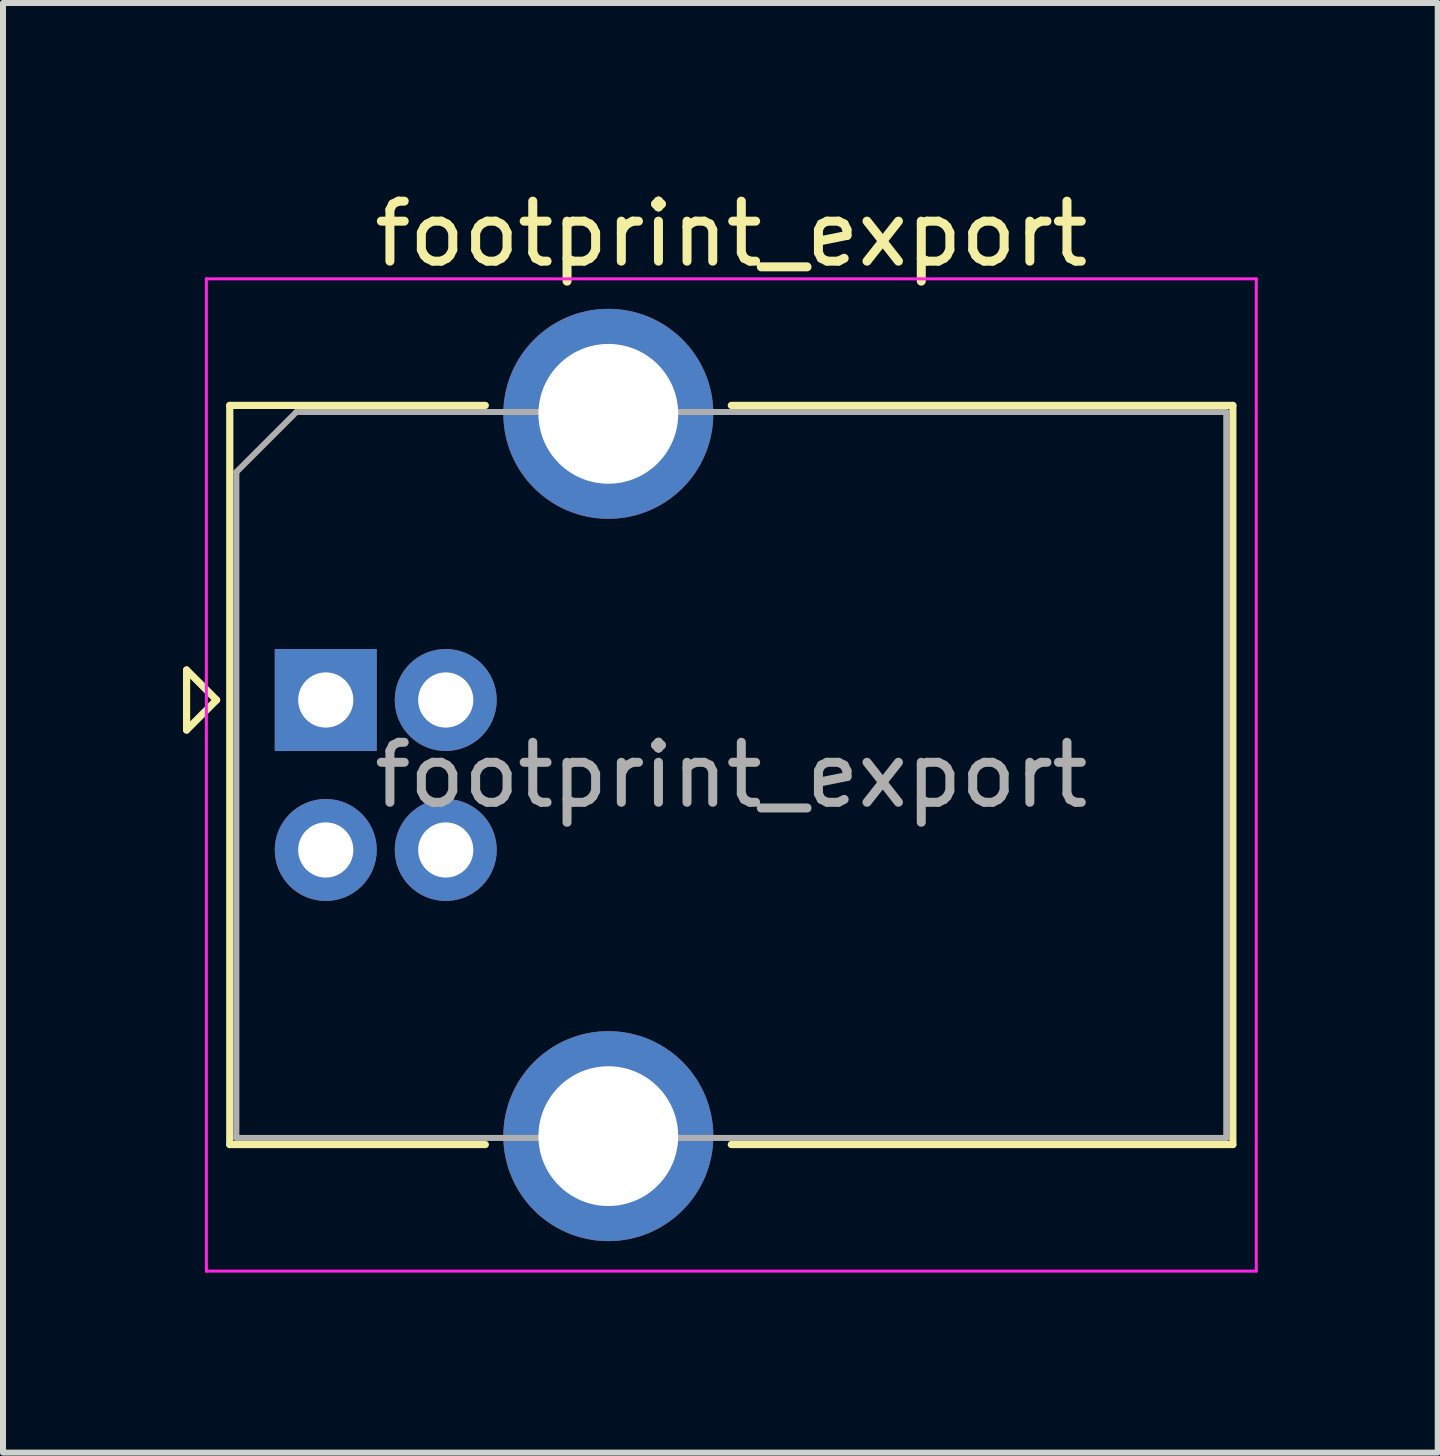
<source format=kicad_pcb>
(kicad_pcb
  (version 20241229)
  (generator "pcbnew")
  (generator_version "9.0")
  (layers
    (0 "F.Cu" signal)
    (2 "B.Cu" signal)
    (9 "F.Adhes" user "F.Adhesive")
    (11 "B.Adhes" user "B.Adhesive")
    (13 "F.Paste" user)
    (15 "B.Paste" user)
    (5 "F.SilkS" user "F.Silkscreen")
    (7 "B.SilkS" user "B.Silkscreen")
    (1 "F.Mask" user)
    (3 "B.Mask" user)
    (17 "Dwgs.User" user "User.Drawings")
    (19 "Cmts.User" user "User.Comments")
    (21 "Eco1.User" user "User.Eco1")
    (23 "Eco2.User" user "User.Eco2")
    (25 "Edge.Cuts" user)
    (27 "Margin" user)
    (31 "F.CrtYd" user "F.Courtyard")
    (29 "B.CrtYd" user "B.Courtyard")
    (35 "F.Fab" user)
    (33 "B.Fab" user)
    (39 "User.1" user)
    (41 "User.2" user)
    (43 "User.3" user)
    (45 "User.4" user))
  (footprint "footprint_export"
    (layer "F.Cu")
    (at 2.38 8.618)
    (property "Reference" "footprint_export" (at 6.76 -7.77 0) (layer "F.SilkS") (effects (font (size 1 1) (thickness 0.15))))
    (attr through_hole)
    (fp_line (start -2.32 -0.5) (end -2.32 0.5) (stroke (width 0.12) (type solid)) (layer "F.SilkS"))
    (fp_line (start -2.32 0.5) (end -1.82 0) (stroke (width 0.12) (type solid)) (layer "F.SilkS"))
    (fp_line (start -1.82 0) (end -2.32 -0.5) (stroke (width 0.12) (type solid)) (layer "F.SilkS"))
    (fp_line (start -1.6 -4.91) (end -1.6 7.41) (stroke (width 0.12) (type solid)) (layer "F.SilkS"))
    (fp_line (start -1.6 7.41) (end 2.66 7.41) (stroke (width 0.12) (type solid)) (layer "F.SilkS"))
    (fp_line (start 2.66 -4.91) (end -1.6 -4.91) (stroke (width 0.12) (type solid)) (layer "F.SilkS"))
    (fp_line (start 6.76 -4.91) (end 15.12 -4.91) (stroke (width 0.12) (type solid)) (layer "F.SilkS"))
    (fp_line (start 15.12 -4.91) (end 15.12 7.41) (stroke (width 0.12) (type solid)) (layer "F.SilkS"))
    (fp_line (start 15.12 7.41) (end 6.76 7.41) (stroke (width 0.12) (type solid)) (layer "F.SilkS"))
    (fp_line (start -1.99 -7.02) (end -1.99 9.52) (stroke (width 0.05) (type solid)) (layer "F.CrtYd"))
    (fp_line (start -1.99 9.52) (end 15.51 9.52) (stroke (width 0.05) (type solid)) (layer "F.CrtYd"))
    (fp_line (start 15.51 -7.02) (end -1.99 -7.02) (stroke (width 0.05) (type solid)) (layer "F.CrtYd"))
    (fp_line (start 15.51 9.52) (end 15.51 -7.02) (stroke (width 0.05) (type solid)) (layer "F.CrtYd"))
    (fp_line (start -1.49 -3.8) (end -0.49 -4.8) (stroke (width 0.1) (type solid)) (layer "F.Fab"))
    (fp_line (start -1.49 7.3) (end -1.49 -3.8) (stroke (width 0.1) (type solid)) (layer "F.Fab"))
    (fp_line (start -0.49 -4.8) (end 15.01 -4.8) (stroke (width 0.1) (type solid)) (layer "F.Fab"))
    (fp_line (start 15.01 -4.8) (end 15.01 7.3) (stroke (width 0.1) (type solid)) (layer "F.Fab"))
    (fp_line (start 15.01 7.3) (end -1.49 7.3) (stroke (width 0.1) (type solid)) (layer "F.Fab"))
    (fp_text user "${REFERENCE}" (at 6.76 1.25 0) (layer "F.Fab") (effects (font (size 1 1) (thickness 0.15))))
    (pad "1" thru_hole rect (at 0 0) (size 1.7 1.7) (drill 0.92) (layers "*.Cu" "*.Mask"))
    (pad "2" thru_hole circle (at 0 2.5) (size 1.7 1.7) (drill 0.92) (layers "*.Cu" "*.Mask"))
    (pad "3" thru_hole circle (at 2 2.5) (size 1.7 1.7) (drill 0.92) (layers "*.Cu" "*.Mask"))
    (pad "4" thru_hole circle (at 2 0) (size 1.7 1.7) (drill 0.92) (layers "*.Cu" "*.Mask"))
    (pad "5" thru_hole circle (at 4.71 -4.77) (size 3.5 3.5) (drill 2.33) (layers "*.Cu" "*.Mask"))
    (pad "5" thru_hole circle (at 4.71 7.27) (size 3.5 3.5) (drill 2.33) (layers "*.Cu" "*.Mask")))
  (gr_rect
    (start -3 -3)
    (end 20.915 21.163)
    (stroke (width 0.1) (type default))
    (fill no)
    (layer "Edge.Cuts")))
</source>
